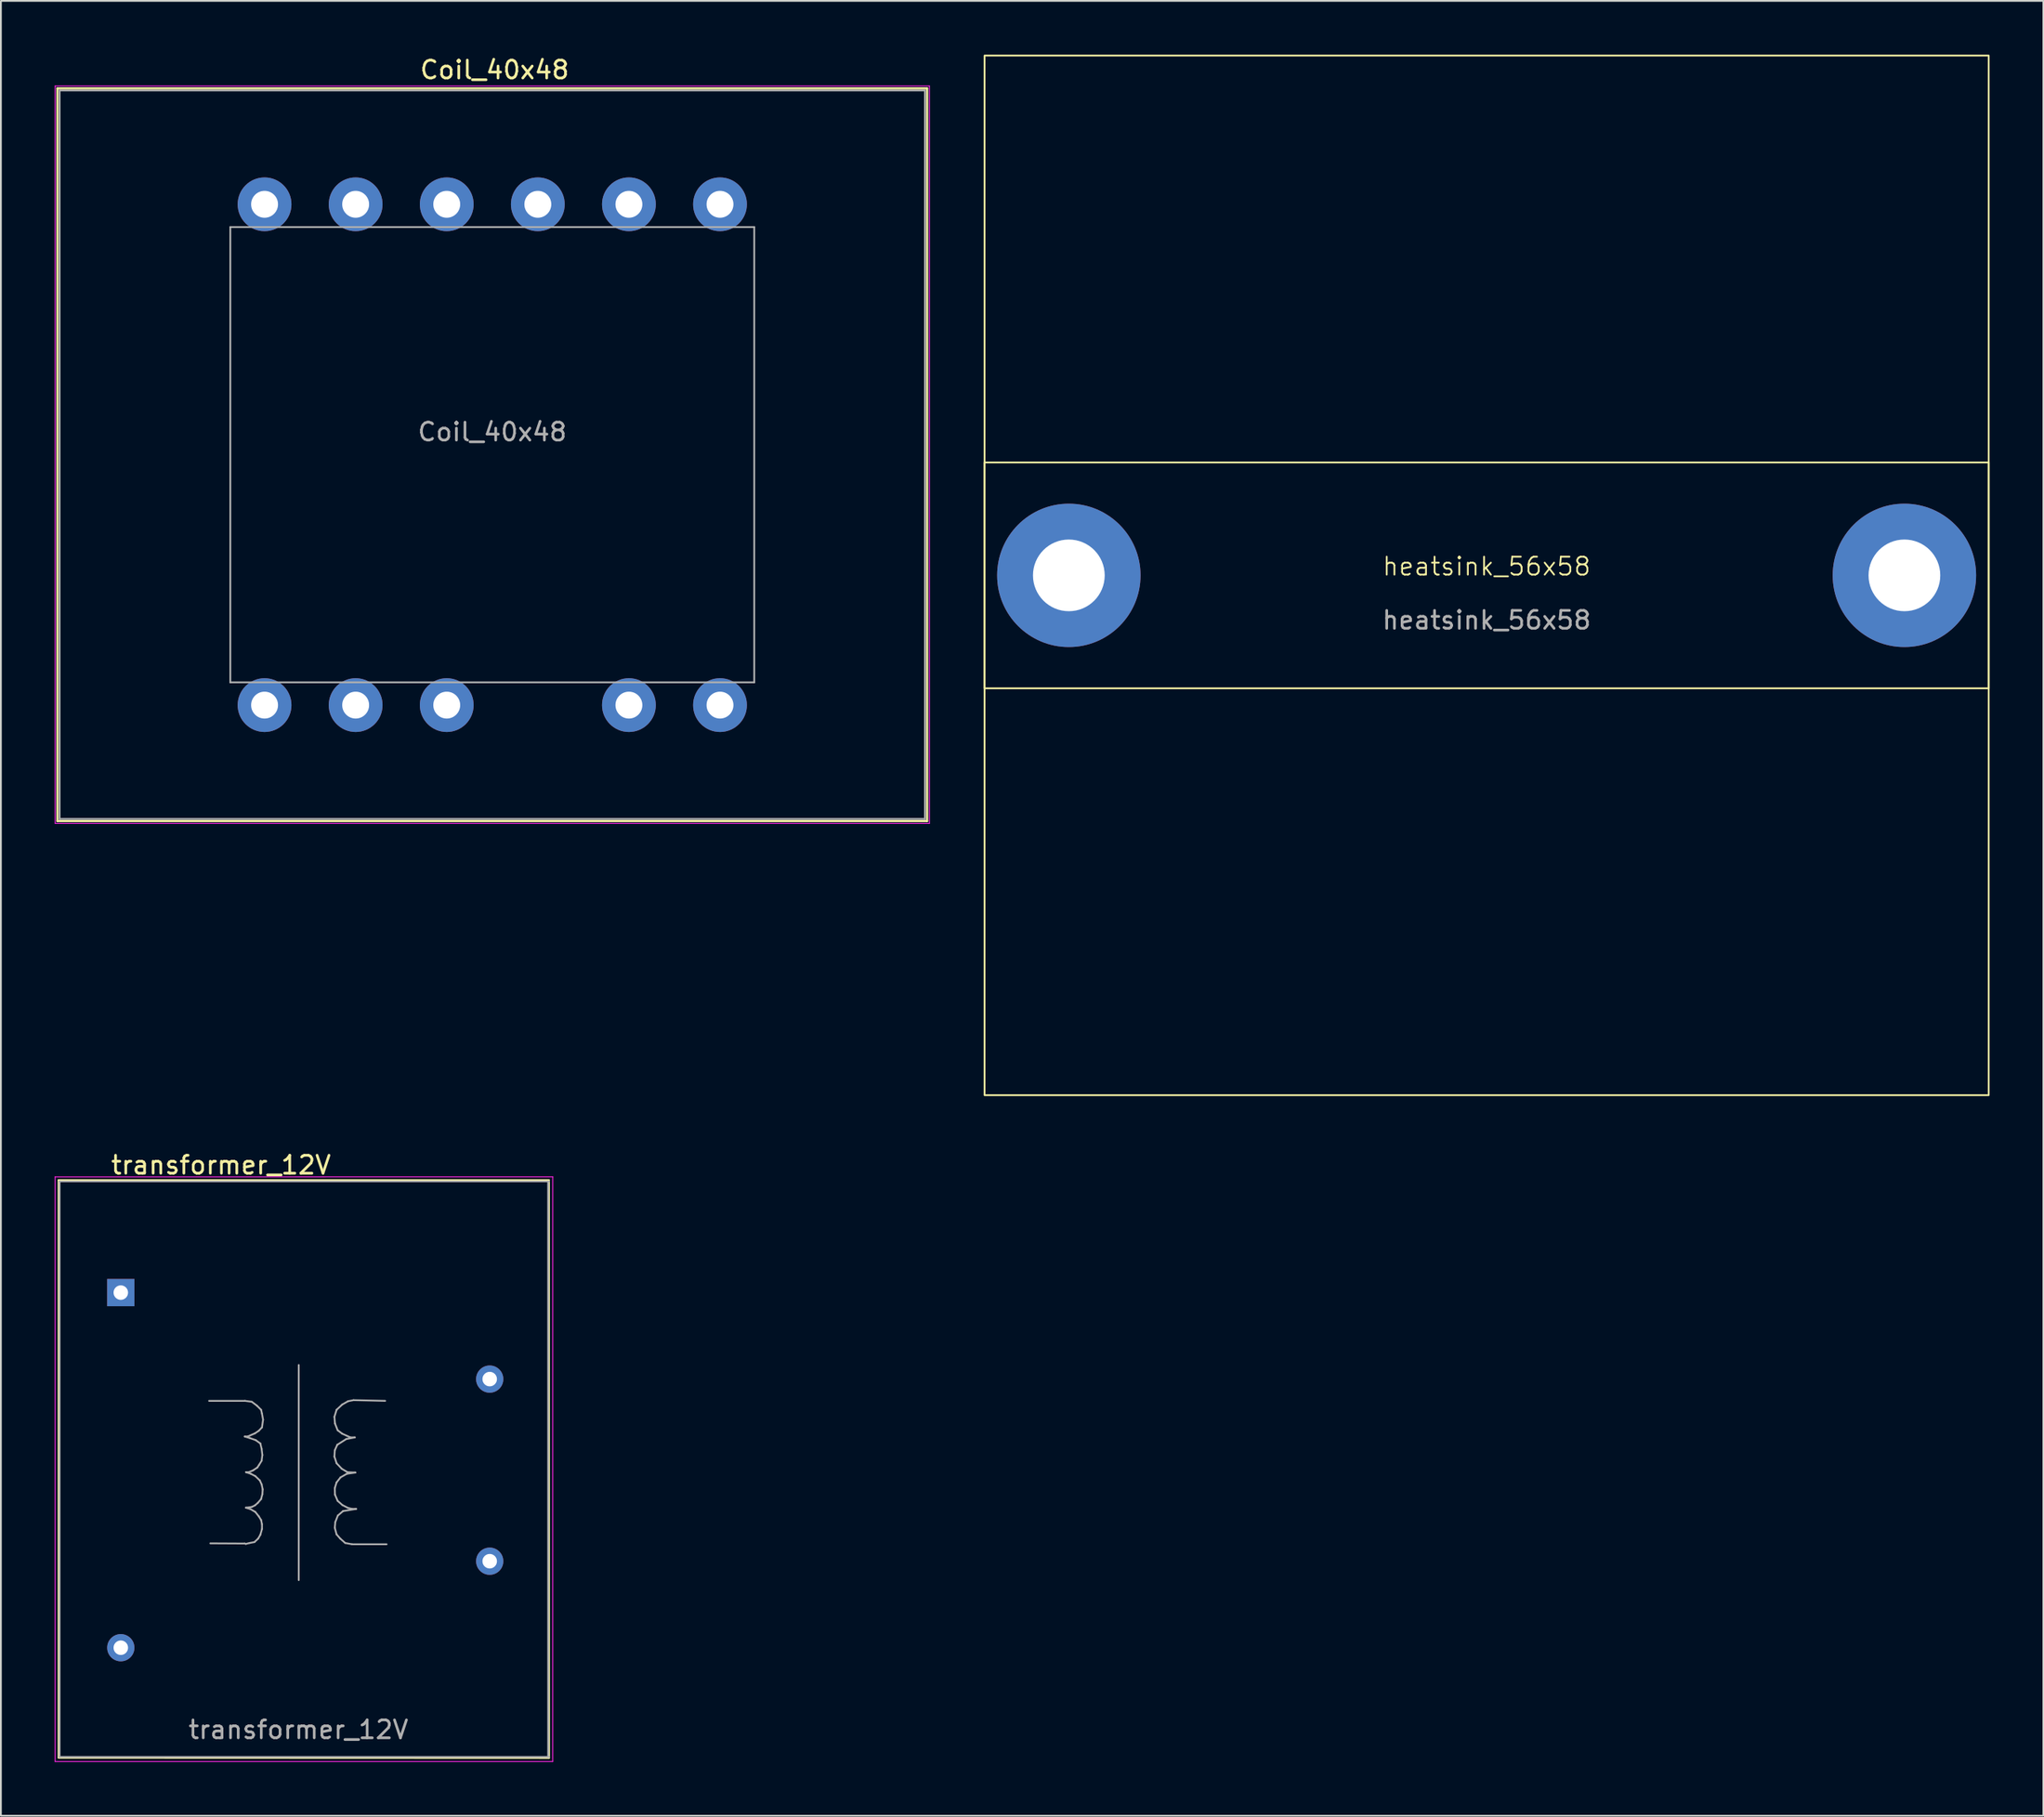
<source format=kicad_pcb>
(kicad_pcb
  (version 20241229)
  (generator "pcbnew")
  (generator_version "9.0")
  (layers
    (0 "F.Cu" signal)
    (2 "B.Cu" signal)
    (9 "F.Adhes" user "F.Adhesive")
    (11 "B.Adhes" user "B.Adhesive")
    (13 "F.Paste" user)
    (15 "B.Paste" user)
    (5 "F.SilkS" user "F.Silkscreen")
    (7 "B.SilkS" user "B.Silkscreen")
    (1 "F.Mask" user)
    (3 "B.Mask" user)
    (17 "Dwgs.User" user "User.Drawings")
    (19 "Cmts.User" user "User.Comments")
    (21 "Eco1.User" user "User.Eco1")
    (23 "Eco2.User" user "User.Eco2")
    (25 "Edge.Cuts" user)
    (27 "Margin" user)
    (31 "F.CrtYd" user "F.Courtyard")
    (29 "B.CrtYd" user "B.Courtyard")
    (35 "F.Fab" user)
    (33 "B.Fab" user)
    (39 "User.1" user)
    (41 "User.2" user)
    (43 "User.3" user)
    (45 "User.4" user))
  (footprint "transformer_12V"
    (layer "F.Cu")
    (at 15.625 68.048)
    (property "Reference" "transformer_12V" (at -6.35 -6.1 0) (layer "F.SilkS") (effects (font (size 1 1) (thickness 0.15))))
    (attr through_hole)
    (fp_line (start -15.4 -5.25) (end 11.938 -5.25) (stroke (width 0.12) (type solid)) (layer "F.SilkS"))
    (fp_line (start -15.4 26.924) (end -15.4 -5.25) (stroke (width 0.12) (type solid)) (layer "F.SilkS"))
    (fp_line (start 11.933 -5.204) (end 11.938 26.97) (stroke (width 0.12) (type solid)) (layer "F.SilkS"))
    (fp_line (start 11.938 26.97) (end -15.405 26.959) (stroke (width 0.12) (type solid)) (layer "F.SilkS"))
    (fp_line (start -15.6 -5.44) (end -15.6 27.178) (stroke (width 0.05) (type solid)) (layer "F.CrtYd"))
    (fp_line (start -15.6 -5.44) (end 12.152 -5.442) (stroke (width 0.05) (type solid)) (layer "F.CrtYd"))
    (fp_line (start 12.151 27.178) (end -15.6 27.178) (stroke (width 0.05) (type solid)) (layer "F.CrtYd"))
    (fp_line (start 12.151 27.178) (end 12.152 -5.442) (stroke (width 0.05) (type solid)) (layer "F.CrtYd"))
    (fp_line (start -15.35 -5.19) (end -15.35 26.924) (stroke (width 0.1) (type solid)) (layer "F.Fab"))
    (fp_line (start -15.35 26.924) (end 11.938 26.924) (stroke (width 0.1) (type solid)) (layer "F.Fab"))
    (fp_line (start -7.014 7.056) (end -5.014 7.056) (stroke (width 0.1) (type solid)) (layer "F.Fab"))
    (fp_line (start -5.024 9.046) (end -4.734 9.136) (stroke (width 0.1) (type solid)) (layer "F.Fab"))
    (fp_line (start -5.024 15.016) (end -6.944 15.006) (stroke (width 0.1) (type solid)) (layer "F.Fab"))
    (fp_line (start -5.014 7.056) (end -4.634 7.106) (stroke (width 0.1) (type solid)) (layer "F.Fab"))
    (fp_line (start -4.964 13.016) (end -4.704 13.096) (stroke (width 0.1) (type solid)) (layer "F.Fab"))
    (fp_line (start -4.964 15.036) (end -5.024 15.016) (stroke (width 0.1) (type solid)) (layer "F.Fab"))
    (fp_line (start -4.954 11.036) (end -4.684 11.126) (stroke (width 0.1) (type solid)) (layer "F.Fab"))
    (fp_line (start -4.864 9.046) (end -5.024 9.046) (stroke (width 0.1) (type solid)) (layer "F.Fab"))
    (fp_line (start -4.804 11.036) (end -4.954 11.036) (stroke (width 0.1) (type solid)) (layer "F.Fab"))
    (fp_line (start -4.754 14.986) (end -4.964 15.036) (stroke (width 0.1) (type solid)) (layer "F.Fab"))
    (fp_line (start -4.734 9.136) (end -4.414 9.246) (stroke (width 0.1) (type solid)) (layer "F.Fab"))
    (fp_line (start -4.704 13.096) (end -4.434 13.256) (stroke (width 0.1) (type solid)) (layer "F.Fab"))
    (fp_line (start -4.684 11.126) (end -4.434 11.256) (stroke (width 0.1) (type solid)) (layer "F.Fab"))
    (fp_line (start -4.634 7.106) (end -4.344 7.326) (stroke (width 0.1) (type solid)) (layer "F.Fab"))
    (fp_line (start -4.634 12.976) (end -4.964 13.016) (stroke (width 0.1) (type solid)) (layer "F.Fab"))
    (fp_line (start -4.564 10.936) (end -4.804 11.036) (stroke (width 0.1) (type solid)) (layer "F.Fab"))
    (fp_line (start -4.484 14.936) (end -4.754 14.986) (stroke (width 0.1) (type solid)) (layer "F.Fab"))
    (fp_line (start -4.454 8.866) (end -4.864 9.046) (stroke (width 0.1) (type solid)) (layer "F.Fab"))
    (fp_line (start -4.454 12.886) (end -4.634 12.976) (stroke (width 0.1) (type solid)) (layer "F.Fab"))
    (fp_line (start -4.434 11.256) (end -4.184 11.496) (stroke (width 0.1) (type solid)) (layer "F.Fab"))
    (fp_line (start -4.434 13.256) (end -4.244 13.496) (stroke (width 0.1) (type solid)) (layer "F.Fab"))
    (fp_line (start -4.414 9.246) (end -4.154 9.436) (stroke (width 0.1) (type solid)) (layer "F.Fab"))
    (fp_line (start -4.344 7.326) (end -4.114 7.556) (stroke (width 0.1) (type solid)) (layer "F.Fab"))
    (fp_line (start -4.324 10.776) (end -4.564 10.936) (stroke (width 0.1) (type solid)) (layer "F.Fab"))
    (fp_line (start -4.294 12.746) (end -4.454 12.886) (stroke (width 0.1) (type solid)) (layer "F.Fab"))
    (fp_line (start -4.274 14.736) (end -4.484 14.936) (stroke (width 0.1) (type solid)) (layer "F.Fab"))
    (fp_line (start -4.244 8.726) (end -4.454 8.866) (stroke (width 0.1) (type solid)) (layer "F.Fab"))
    (fp_line (start -4.244 13.496) (end -4.114 13.706) (stroke (width 0.1) (type solid)) (layer "F.Fab"))
    (fp_line (start -4.224 10.626) (end -4.324 10.776) (stroke (width 0.1) (type solid)) (layer "F.Fab"))
    (fp_line (start -4.184 11.496) (end -4.084 11.716) (stroke (width 0.1) (type solid)) (layer "F.Fab"))
    (fp_line (start -4.154 9.436) (end -4.084 9.736) (stroke (width 0.1) (type solid)) (layer "F.Fab"))
    (fp_line (start -4.154 14.526) (end -4.274 14.736) (stroke (width 0.1) (type solid)) (layer "F.Fab"))
    (fp_line (start -4.114 7.556) (end -4.064 7.766) (stroke (width 0.1) (type solid)) (layer "F.Fab"))
    (fp_line (start -4.114 12.536) (end -4.294 12.746) (stroke (width 0.1) (type solid)) (layer "F.Fab"))
    (fp_line (start -4.114 13.706) (end -4.064 13.936) (stroke (width 0.1) (type solid)) (layer "F.Fab"))
    (fp_line (start -4.084 9.736) (end -4.044 10.076) (stroke (width 0.1) (type solid)) (layer "F.Fab"))
    (fp_line (start -4.084 10.396) (end -4.224 10.626) (stroke (width 0.1) (type solid)) (layer "F.Fab"))
    (fp_line (start -4.084 11.716) (end -4.024 11.996) (stroke (width 0.1) (type solid)) (layer "F.Fab"))
    (fp_line (start -4.064 7.766) (end -4.004 8.106) (stroke (width 0.1) (type solid)) (layer "F.Fab"))
    (fp_line (start -4.064 8.536) (end -4.244 8.726) (stroke (width 0.1) (type solid)) (layer "F.Fab"))
    (fp_line (start -4.064 13.936) (end -4.064 14.206) (stroke (width 0.1) (type solid)) (layer "F.Fab"))
    (fp_line (start -4.064 14.206) (end -4.154 14.526) (stroke (width 0.1) (type solid)) (layer "F.Fab"))
    (fp_line (start -4.044 10.076) (end -4.084 10.396) (stroke (width 0.1) (type solid)) (layer "F.Fab"))
    (fp_line (start -4.044 12.266) (end -4.114 12.536) (stroke (width 0.1) (type solid)) (layer "F.Fab"))
    (fp_line (start -4.024 11.996) (end -4.044 12.266) (stroke (width 0.1) (type solid)) (layer "F.Fab"))
    (fp_line (start -4.004 8.106) (end -4.064 8.536) (stroke (width 0.1) (type solid)) (layer "F.Fab"))
    (fp_line (start -2.014 5.056) (end -2.014 17.056) (stroke (width 0.1) (type solid)) (layer "F.Fab"))
    (fp_line (start -0.024 7.946) (end 0.006 8.316) (stroke (width 0.1) (type solid)) (layer "F.Fab"))
    (fp_line (start -0.024 10.166) (end 0.096 10.536) (stroke (width 0.1) (type solid)) (layer "F.Fab"))
    (fp_line (start -0.004 9.816) (end -0.024 10.166) (stroke (width 0.1) (type solid)) (layer "F.Fab"))
    (fp_line (start -0.004 11.926) (end 0.006 12.286) (stroke (width 0.1) (type solid)) (layer "F.Fab"))
    (fp_line (start -0.004 14.136) (end 0.096 14.506) (stroke (width 0.1) (type solid)) (layer "F.Fab"))
    (fp_line (start 0.006 8.316) (end 0.156 8.696) (stroke (width 0.1) (type solid)) (layer "F.Fab"))
    (fp_line (start 0.006 12.286) (end 0.156 12.636) (stroke (width 0.1) (type solid)) (layer "F.Fab"))
    (fp_line (start 0.026 13.816) (end -0.004 14.136) (stroke (width 0.1) (type solid)) (layer "F.Fab"))
    (fp_line (start 0.096 7.556) (end -0.024 7.946) (stroke (width 0.1) (type solid)) (layer "F.Fab"))
    (fp_line (start 0.096 10.536) (end 0.386 10.846) (stroke (width 0.1) (type solid)) (layer "F.Fab"))
    (fp_line (start 0.096 11.606) (end -0.004 11.926) (stroke (width 0.1) (type solid)) (layer "F.Fab"))
    (fp_line (start 0.096 14.506) (end 0.296 14.736) (stroke (width 0.1) (type solid)) (layer "F.Fab"))
    (fp_line (start 0.136 9.506) (end -0.004 9.816) (stroke (width 0.1) (type solid)) (layer "F.Fab"))
    (fp_line (start 0.156 8.696) (end 0.406 8.886) (stroke (width 0.1) (type solid)) (layer "F.Fab"))
    (fp_line (start 0.156 12.636) (end 0.416 12.866) (stroke (width 0.1) (type solid)) (layer "F.Fab"))
    (fp_line (start 0.166 13.456) (end 0.026 13.816) (stroke (width 0.1) (type solid)) (layer "F.Fab"))
    (fp_line (start 0.296 14.736) (end 0.576 14.986) (stroke (width 0.1) (type solid)) (layer "F.Fab"))
    (fp_line (start 0.316 11.326) (end 0.096 11.606) (stroke (width 0.1) (type solid)) (layer "F.Fab"))
    (fp_line (start 0.386 10.846) (end 0.706 11.036) (stroke (width 0.1) (type solid)) (layer "F.Fab"))
    (fp_line (start 0.406 7.266) (end 0.096 7.556) (stroke (width 0.1) (type solid)) (layer "F.Fab"))
    (fp_line (start 0.406 8.886) (end 0.866 9.096) (stroke (width 0.1) (type solid)) (layer "F.Fab"))
    (fp_line (start 0.416 12.866) (end 0.726 13.026) (stroke (width 0.1) (type solid)) (layer "F.Fab"))
    (fp_line (start 0.456 13.206) (end 0.166 13.456) (stroke (width 0.1) (type solid)) (layer "F.Fab"))
    (fp_line (start 0.576 14.986) (end 0.956 15.056) (stroke (width 0.1) (type solid)) (layer "F.Fab"))
    (fp_line (start 0.636 9.186) (end 0.136 9.506) (stroke (width 0.1) (type solid)) (layer "F.Fab"))
    (fp_line (start 0.666 11.126) (end 0.316 11.326) (stroke (width 0.1) (type solid)) (layer "F.Fab"))
    (fp_line (start 0.706 11.036) (end 1.146 11.056) (stroke (width 0.1) (type solid)) (layer "F.Fab"))
    (fp_line (start 0.726 13.026) (end 0.966 13.086) (stroke (width 0.1) (type solid)) (layer "F.Fab"))
    (fp_line (start 0.736 7.076) (end 0.406 7.266) (stroke (width 0.1) (type solid)) (layer "F.Fab"))
    (fp_line (start 0.866 9.096) (end 1.116 9.096) (stroke (width 0.1) (type solid)) (layer "F.Fab"))
    (fp_line (start 0.956 15.056) (end 2.886 15.056) (stroke (width 0.1) (type solid)) (layer "F.Fab"))
    (fp_line (start 0.966 13.086) (end 1.186 13.086) (stroke (width 0.1) (type solid)) (layer "F.Fab"))
    (fp_line (start 1.046 7.016) (end 0.736 7.076) (stroke (width 0.1) (type solid)) (layer "F.Fab"))
    (fp_line (start 1.116 9.096) (end 0.636 9.186) (stroke (width 0.1) (type solid)) (layer "F.Fab"))
    (fp_line (start 1.146 11.056) (end 0.666 11.126) (stroke (width 0.1) (type solid)) (layer "F.Fab"))
    (fp_line (start 1.186 13.086) (end 0.456 13.206) (stroke (width 0.1) (type solid)) (layer "F.Fab"))
    (fp_line (start 2.806 7.056) (end 1.046 7.016) (stroke (width 0.1) (type solid)) (layer "F.Fab"))
    (fp_line (start 11.897 26.924) (end 11.895 -5.174) (stroke (width 0.1) (type solid)) (layer "F.Fab"))
    (fp_line (start 11.938 -5.19) (end -15.35 -5.19) (stroke (width 0.1) (type solid)) (layer "F.Fab"))
    (fp_text user "${REFERENCE}" (at -2.032 25.4 0) (layer "F.Fab") (effects (font (size 1 1) (thickness 0.15))))
    (pad "1" thru_hole rect (at -11.938 1.016) (size 1.52 1.52) (drill 0.81) (layers "*.Cu" "*.Mask"))
    (pad "2" thru_hole circle (at -11.938 20.828) (size 1.52 1.52) (drill 0.81) (layers "*.Cu" "*.Mask"))
    (pad "3" thru_hole circle (at 8.636 16.002) (size 1.52 1.52) (drill 0.81) (layers "*.Cu" "*.Mask"))
    (pad "4" thru_hole circle (at 8.636 5.842) (size 1.52 1.52) (drill 0.81) (layers "*.Cu" "*.Mask")))
  (footprint "heatsink_56x58"
    (layer "F.Cu")
    (at 79.86 29.05)
    (property "Reference" "heatsink_56x58" (at 0 -0.5 0) (unlocked yes) (layer "F.SilkS") (effects (font (size 1 1) (thickness 0.1))))
    (attr through_hole)
    (fp_rect (start -28 -29) (end 28 29) (stroke (width 0.1) (type default)) (fill no) (layer "F.SilkS"))
    (fp_rect (start -28 -6.3) (end 28 6.3) (stroke (width 0.1) (type default)) (fill no) (layer "F.SilkS"))
    (fp_text user "${REFERENCE}" (at 0 2.5 0) (unlocked yes) (layer "F.Fab") (effects (font (size 1 1) (thickness 0.15))))
    (pad "1" thru_hole circle (at -23.3 0) (size 8 8) (drill 4) (layers "*.Cu" "*.Mask"))
    (pad "1" thru_hole circle (at 23.3 0) (size 8 8) (drill 4) (layers "*.Cu" "*.Mask")))
  (footprint "Coil_40x48"
    (layer "F.Cu")
    (at 16.785 8.348)
    (property "Reference" "Coil_40x48" (at 7.75 -7.5 0) (layer "F.SilkS") (effects (font (size 1 1) (thickness 0.15))))
    (attr through_hole)
    (fp_line (start -16.63 -6.47) (end -16.63 34.41) (stroke (width 0.12) (type solid)) (layer "F.SilkS"))
    (fp_line (start -16.63 -6.47) (end 31.87 -6.47) (stroke (width 0.12) (type solid)) (layer "F.SilkS"))
    (fp_line (start 31.87 34.41) (end -16.63 34.41) (stroke (width 0.12) (type solid)) (layer "F.SilkS"))
    (fp_line (start 31.87 34.41) (end 31.87 -6.47) (stroke (width 0.12) (type solid)) (layer "F.SilkS"))
    (fp_line (start -16.76 -6.6) (end -16.76 34.54) (stroke (width 0.05) (type solid)) (layer "F.CrtYd"))
    (fp_line (start -16.76 -6.6) (end 32 -6.6) (stroke (width 0.05) (type solid)) (layer "F.CrtYd"))
    (fp_line (start 32 34.54) (end -16.76 34.54) (stroke (width 0.05) (type solid)) (layer "F.CrtYd"))
    (fp_line (start 32 34.54) (end 32 -6.6) (stroke (width 0.05) (type solid)) (layer "F.CrtYd"))
    (fp_line (start -16.51 -6.35) (end 31.75 -6.35) (stroke (width 0.1) (type solid)) (layer "F.Fab"))
    (fp_line (start -16.51 34.29) (end -16.51 -6.35) (stroke (width 0.1) (type solid)) (layer "F.Fab"))
    (fp_line (start -6.99 1.27) (end 22.23 1.27) (stroke (width 0.1) (type solid)) (layer "F.Fab"))
    (fp_line (start -6.99 26.67) (end -6.99 1.27) (stroke (width 0.1) (type solid)) (layer "F.Fab"))
    (fp_line (start 22.23 1.27) (end 22.23 26.67) (stroke (width 0.1) (type solid)) (layer "F.Fab"))
    (fp_line (start 22.23 26.67) (end -6.99 26.67) (stroke (width 0.1) (type solid)) (layer "F.Fab"))
    (fp_line (start 31.75 -6.35) (end 31.75 34.29) (stroke (width 0.1) (type solid)) (layer "F.Fab"))
    (fp_line (start 31.75 34.29) (end -16.51 34.29) (stroke (width 0.1) (type solid)) (layer "F.Fab"))
    (fp_text user "${REFERENCE}" (at 7.62 12.7 0) (layer "F.Fab") (effects (font (size 1 1) (thickness 0.15))))
    (pad "" thru_hole circle (at -5.08 27.94) (size 3 3) (drill 1.5) (layers "*.Cu" "*.Mask"))
    (pad "" thru_hole circle (at 0 0) (size 3 3) (drill 1.5) (layers "*.Cu" "*.Mask"))
    (pad "" thru_hole circle (at 0 27.94) (size 3 3) (drill 1.5) (layers "*.Cu" "*.Mask"))
    (pad "" thru_hole circle (at 5.08 0) (size 3 3) (drill 1.5) (layers "*.Cu" "*.Mask"))
    (pad "" thru_hole circle (at 5.08 27.94) (size 3 3) (drill 1.5) (layers "*.Cu" "*.Mask"))
    (pad "" thru_hole circle (at 10.16 0) (size 3 3) (drill 1.5) (layers "*.Cu" "*.Mask"))
    (pad "" thru_hole circle (at 15.24 0) (size 3 3) (drill 1.5) (layers "*.Cu" "*.Mask"))
    (pad "" thru_hole circle (at 15.24 27.94) (size 3 3) (drill 1.5) (layers "*.Cu" "*.Mask"))
    (pad "" thru_hole circle (at 20.32 27.94) (size 3 3) (drill 1.5) (layers "*.Cu" "*.Mask"))
    (pad "1" thru_hole circle (at 20.32 0) (size 3 3) (drill 1.5) (layers "*.Cu" "*.Mask"))
    (pad "2" thru_hole circle (at -5.08 0) (size 3 3) (drill 1.5) (layers "*.Cu" "*.Mask")))
  (gr_rect
    (start -3 -3)
    (end 110.91 98.251)
    (stroke (width 0.1) (type default))
    (fill no)
    (layer "Edge.Cuts")))
</source>
